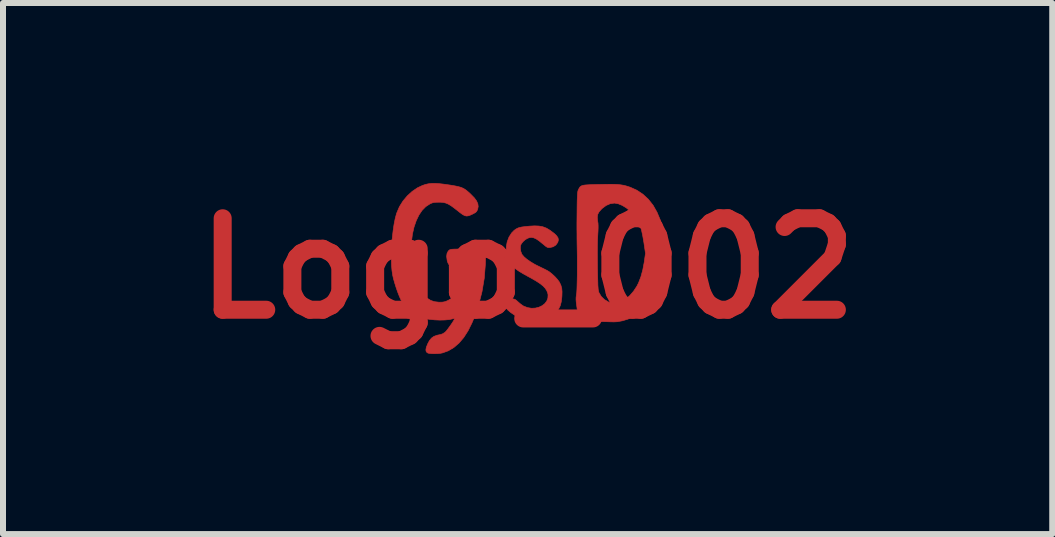
<source format=kicad_pcb>
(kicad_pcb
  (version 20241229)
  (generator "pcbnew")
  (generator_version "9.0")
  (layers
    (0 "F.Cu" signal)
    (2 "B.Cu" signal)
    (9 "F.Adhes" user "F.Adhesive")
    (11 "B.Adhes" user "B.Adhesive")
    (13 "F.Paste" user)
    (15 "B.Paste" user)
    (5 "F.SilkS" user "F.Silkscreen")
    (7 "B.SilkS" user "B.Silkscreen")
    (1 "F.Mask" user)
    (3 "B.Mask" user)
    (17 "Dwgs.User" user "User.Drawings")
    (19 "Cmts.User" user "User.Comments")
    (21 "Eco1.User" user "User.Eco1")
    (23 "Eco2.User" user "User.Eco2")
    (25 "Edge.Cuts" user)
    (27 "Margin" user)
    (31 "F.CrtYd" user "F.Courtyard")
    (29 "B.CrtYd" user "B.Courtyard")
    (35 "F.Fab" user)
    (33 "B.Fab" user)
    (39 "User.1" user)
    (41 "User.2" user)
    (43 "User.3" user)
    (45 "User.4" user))
  (footprint "Logo_002"
    (layer "F.Cu")
    (at 5.74 1.421)
    (property "Reference" "Logo_002" (at 0 0 0) (layer "F.Cu") (effects (font (size 1.524 1.524) (thickness 0.3))))
    (attr through_hole)
    (fp_poly (pts (xy 0.189 -0.705) (xy 0.254 -0.693) (xy 0.314 -0.67) (xy 0.374 -0.634) (xy 0.439 -0.585) (xy 0.44 -0.585) (xy 0.482 -0.545) (xy 0.507 -0.508) (xy 0.513 -0.472) (xy 0.503 -0.434) (xy 0.502 -0.432) (xy 0.471 -0.389) (xy 0.427 -0.36) (xy 0.377 -0.348) (xy 0.355 -0.346) (xy 0.337 -0.348) (xy 0.319 -0.356) (xy 0.296 -0.372) (xy 0.265 -0.399) (xy 0.25 -0.41) (xy 0.192 -0.458) (xy 0.144 -0.49) (xy 0.102 -0.509) (xy 0.065 -0.516) (xy 0.028 -0.511) (xy -0.002 -0.5) (xy -0.04 -0.477) (xy -0.076 -0.445) (xy -0.104 -0.41) (xy -0.118 -0.38) (xy -0.121 -0.335) (xy -0.114 -0.285) (xy -0.097 -0.239) (xy -0.09 -0.228) (xy -0.058 -0.191) (xy -0.01 -0.15) (xy 0.051 -0.108) (xy 0.121 -0.066) (xy 0.173 -0.04) (xy 0.22 -0.017) (xy 0.266 0.005) (xy 0.303 0.024) (xy 0.324 0.034) (xy 0.364 0.059) (xy 0.41 0.096) (xy 0.456 0.139) (xy 0.496 0.183) (xy 0.526 0.223) (xy 0.531 0.231) (xy 0.555 0.282) (xy 0.569 0.333) (xy 0.574 0.389) (xy 0.572 0.458) (xy 0.57 0.485) (xy 0.56 0.561) (xy 0.544 0.622) (xy 0.519 0.673) (xy 0.486 0.718) (xy 0.474 0.73) (xy 0.412 0.781) (xy 0.336 0.823) (xy 0.251 0.855) (xy 0.162 0.875) (xy 0.075 0.881) (xy 0.01 0.874) (xy -0.061 0.855) (xy -0.137 0.822) (xy -0.214 0.782) (xy -0.282 0.735) (xy -0.332 0.692) (xy -0.361 0.652) (xy -0.373 0.609) (xy -0.367 0.568) (xy -0.364 0.563) (xy -0.339 0.531) (xy -0.299 0.513) (xy -0.256 0.508) (xy -0.231 0.51) (xy -0.21 0.517) (xy -0.187 0.533) (xy -0.159 0.558) (xy -0.126 0.587) (xy -0.091 0.613) (xy -0.066 0.629) (xy -0.001 0.654) (xy 0.065 0.665) (xy 0.129 0.662) (xy 0.189 0.647) (xy 0.242 0.622) (xy 0.286 0.588) (xy 0.319 0.545) (xy 0.338 0.496) (xy 0.341 0.441) (xy 0.335 0.411) (xy 0.319 0.371) (xy 0.294 0.332) (xy 0.258 0.294) (xy 0.208 0.254) (xy 0.144 0.212) (xy 0.063 0.165) (xy 0.02 0.142) (xy -0.07 0.092) (xy -0.143 0.048) (xy -0.202 0.007) (xy -0.247 -0.033) (xy -0.282 -0.074) (xy -0.309 -0.117) (xy -0.329 -0.164) (xy -0.335 -0.181) (xy -0.354 -0.269) (xy -0.355 -0.357) (xy -0.34 -0.442) (xy -0.31 -0.521) (xy -0.266 -0.59) (xy -0.225 -0.632) (xy -0.198 -0.652) (xy -0.17 -0.668) (xy -0.138 -0.68) (xy -0.097 -0.689) (xy -0.043 -0.696) (xy 0.027 -0.703) (xy 0.115 -0.708) (xy 0.189 -0.705)) (stroke (width 0.01) (type solid)) (fill yes) (layer "F.Cu"))
    (fp_poly (pts (xy 1.449 -1.4) (xy 1.507 -1.397) (xy 1.556 -1.391) (xy 1.6 -1.384) (xy 1.643 -1.373) (xy 1.687 -1.359) (xy 1.709 -1.352) (xy 1.82 -1.302) (xy 1.921 -1.235) (xy 2.011 -1.152) (xy 2.09 -1.052) (xy 2.156 -0.936) (xy 2.211 -0.805) (xy 2.254 -0.659) (xy 2.27 -0.581) (xy 2.275 -0.547) (xy 2.279 -0.508) (xy 2.282 -0.459) (xy 2.284 -0.398) (xy 2.285 -0.323) (xy 2.286 -0.231) (xy 2.286 -0.198) (xy 2.286 0.1) (xy 2.254 0.19) (xy 2.198 0.328) (xy 2.131 0.454) (xy 2.055 0.564) (xy 1.972 0.659) (xy 1.881 0.736) (xy 1.852 0.756) (xy 1.765 0.805) (xy 1.674 0.845) (xy 1.582 0.873) (xy 1.495 0.889) (xy 1.433 0.892) (xy 1.404 0.891) (xy 1.358 0.89) (xy 1.299 0.888) (xy 1.232 0.887) (xy 1.16 0.885) (xy 1.123 0.884) (xy 1.055 0.882) (xy 0.994 0.88) (xy 0.942 0.879) (xy 0.904 0.877) (xy 0.881 0.876) (xy 0.876 0.876) (xy 0.862 0.857) (xy 0.848 0.827) (xy 0.837 0.794) (xy 0.833 0.766) (xy 0.832 0.739) (xy 0.828 0.698) (xy 0.822 0.649) (xy 0.817 0.614) (xy 0.81 0.56) (xy 0.807 0.518) (xy 0.808 0.484) (xy 0.812 0.449) (xy 0.815 0.432) (xy 0.819 0.4) (xy 0.822 0.351) (xy 0.824 0.285) (xy 0.826 0.206) (xy 0.828 0.115) (xy 0.828 0.015) (xy 0.828 -0.092) (xy 0.828 -0.205) (xy 0.826 -0.32) (xy 0.824 -0.436) (xy 0.824 -0.442) (xy 0.823 -0.5) (xy 0.823 -0.575) (xy 0.822 -0.66) (xy 0.822 -0.752) (xy 0.823 -0.846) (xy 0.823 -0.851) (xy 1.161 -0.851) (xy 1.166 -0.792) (xy 1.168 -0.785) (xy 1.173 -0.752) (xy 1.175 -0.715) (xy 1.175 -0.671) (xy 1.173 -0.615) (xy 1.169 -0.55) (xy 1.165 -0.474) (xy 1.163 -0.379) (xy 1.162 -0.266) (xy 1.163 -0.137) (xy 1.164 -0.012) (xy 1.166 0.087) (xy 1.168 0.167) (xy 1.17 0.231) (xy 1.171 0.281) (xy 1.174 0.319) (xy 1.176 0.349) (xy 1.18 0.371) (xy 1.184 0.388) (xy 1.188 0.402) (xy 1.19 0.406) (xy 1.227 0.468) (xy 1.28 0.52) (xy 1.345 0.559) (xy 1.391 0.576) (xy 1.453 0.584) (xy 1.516 0.575) (xy 1.57 0.554) (xy 1.638 0.511) (xy 1.704 0.452) (xy 1.766 0.38) (xy 1.82 0.298) (xy 1.848 0.243) (xy 1.887 0.142) (xy 1.919 0.025) (xy 1.944 -0.107) (xy 1.946 -0.123) (xy 1.964 -0.251) (xy 1.937 -0.433) (xy 1.918 -0.543) (xy 1.898 -0.636) (xy 1.874 -0.714) (xy 1.845 -0.782) (xy 1.811 -0.841) (xy 1.77 -0.894) (xy 1.72 -0.946) (xy 1.711 -0.953) (xy 1.644 -1.008) (xy 1.576 -1.049) (xy 1.511 -1.076) (xy 1.451 -1.087) (xy 1.444 -1.087) (xy 1.375 -1.077) (xy 1.307 -1.047) (xy 1.241 -0.997) (xy 1.23 -0.986) (xy 1.191 -0.942) (xy 1.168 -0.899) (xy 1.161 -0.851) (xy 0.823 -0.851) (xy 0.824 -0.937) (xy 0.824 -0.95) (xy 0.825 -1.041) (xy 0.826 -1.113) (xy 0.828 -1.17) (xy 0.83 -1.214) (xy 0.832 -1.247) (xy 0.835 -1.271) (xy 0.838 -1.289) (xy 0.843 -1.303) (xy 0.848 -1.315) (xy 0.86 -1.336) (xy 0.87 -1.353) (xy 0.884 -1.366) (xy 0.901 -1.376) (xy 0.926 -1.384) (xy 0.96 -1.389) (xy 1.006 -1.392) (xy 1.065 -1.395) (xy 1.142 -1.397) (xy 1.199 -1.398) (xy 1.298 -1.4) (xy 1.381 -1.401) (xy 1.449 -1.4)) (stroke (width 0.01) (type solid)) (fill yes) (layer "F.Cu"))
    (fp_poly (pts (xy -1.479 -1.412) (xy -1.398 -1.403) (xy -1.357 -1.397) (xy -1.273 -1.385) (xy -1.205 -1.373) (xy -1.15 -1.361) (xy -1.105 -1.348) (xy -1.067 -1.331) (xy -1.032 -1.309) (xy -0.997 -1.281) (xy -0.958 -1.246) (xy -0.943 -1.231) (xy -0.887 -1.174) (xy -0.85 -1.123) (xy -0.829 -1.076) (xy -0.823 -1.031) (xy -0.832 -0.984) (xy -0.838 -0.97) (xy -0.85 -0.948) (xy -0.869 -0.93) (xy -0.901 -0.912) (xy -0.919 -0.903) (xy -0.961 -0.884) (xy -0.994 -0.874) (xy -1.022 -0.872) (xy -1.051 -0.88) (xy -1.084 -0.898) (xy -1.125 -0.928) (xy -1.164 -0.959) (xy -1.227 -1.008) (xy -1.278 -1.045) (xy -1.322 -1.071) (xy -1.363 -1.088) (xy -1.404 -1.098) (xy -1.449 -1.102) (xy -1.478 -1.102) (xy -1.526 -1.101) (xy -1.561 -1.098) (xy -1.59 -1.09) (xy -1.62 -1.078) (xy -1.627 -1.074) (xy -1.695 -1.03) (xy -1.757 -0.967) (xy -1.81 -0.889) (xy -1.855 -0.795) (xy -1.892 -0.688) (xy -1.919 -0.569) (xy -1.935 -0.44) (xy -1.941 -0.302) (xy -1.941 -0.298) (xy -1.936 -0.136) (xy -1.919 0.01) (xy -1.892 0.14) (xy -1.854 0.253) (xy -1.805 0.35) (xy -1.746 0.429) (xy -1.731 0.445) (xy -1.672 0.498) (xy -1.614 0.534) (xy -1.553 0.555) (xy -1.485 0.563) (xy -1.468 0.564) (xy -1.423 0.563) (xy -1.389 0.558) (xy -1.357 0.548) (xy -1.319 0.531) (xy -1.319 0.531) (xy -1.253 0.491) (xy -1.2 0.44) (xy -1.157 0.376) (xy -1.125 0.307) (xy -1.096 0.227) (xy -1.078 0.161) (xy -1.072 0.107) (xy -1.077 0.066) (xy -1.091 0.028) (xy -1.114 0.002) (xy -1.15 -0.015) (xy -1.203 -0.024) (xy -1.209 -0.025) (xy -1.261 -0.033) (xy -1.296 -0.048) (xy -1.319 -0.073) (xy -1.335 -0.111) (xy -1.341 -0.137) (xy -1.349 -0.2) (xy -1.342 -0.25) (xy -1.322 -0.288) (xy -1.316 -0.294) (xy -1.306 -0.303) (xy -1.297 -0.31) (xy -1.283 -0.314) (xy -1.264 -0.318) (xy -1.235 -0.32) (xy -1.193 -0.321) (xy -1.136 -0.323) (xy -1.089 -0.323) (xy -0.991 -0.324) (xy -0.911 -0.322) (xy -0.847 -0.318) (xy -0.797 -0.31) (xy -0.76 -0.3) (xy -0.733 -0.286) (xy -0.723 -0.277) (xy -0.698 -0.252) (xy -0.704 -0.062) (xy -0.722 0.164) (xy -0.76 0.39) (xy -0.817 0.612) (xy -0.893 0.828) (xy -0.927 0.909) (xy -0.992 1.04) (xy -1.064 1.152) (xy -1.143 1.245) (xy -1.229 1.319) (xy -1.322 1.374) (xy -1.416 1.408) (xy -1.456 1.416) (xy -1.504 1.42) (xy -1.555 1.422) (xy -1.604 1.42) (xy -1.643 1.416) (xy -1.666 1.409) (xy -1.688 1.39) (xy -1.695 1.36) (xy -1.688 1.317) (xy -1.666 1.262) (xy -1.665 1.259) (xy -1.635 1.203) (xy -1.601 1.162) (xy -1.56 1.133) (xy -1.507 1.114) (xy -1.45 1.102) (xy -1.415 1.09) (xy -1.38 1.068) (xy -1.375 1.064) (xy -1.356 1.045) (xy -1.332 1.015) (xy -1.305 0.978) (xy -1.277 0.939) (xy -1.252 0.902) (xy -1.232 0.87) (xy -1.221 0.848) (xy -1.219 0.841) (xy -1.227 0.837) (xy -1.242 0.839) (xy -1.303 0.853) (xy -1.378 0.86) (xy -1.462 0.862) (xy -1.55 0.858) (xy -1.637 0.849) (xy -1.718 0.835) (xy -1.784 0.817) (xy -1.877 0.776) (xy -1.96 0.717) (xy -2.034 0.641) (xy -2.096 0.55) (xy -2.114 0.517) (xy -2.137 0.465) (xy -2.163 0.399) (xy -2.189 0.325) (xy -2.213 0.248) (xy -2.234 0.175) (xy -2.247 0.118) (xy -2.259 0.04) (xy -2.267 -0.053) (xy -2.27 -0.159) (xy -2.268 -0.273) (xy -2.263 -0.391) (xy -2.254 -0.509) (xy -2.241 -0.625) (xy -2.225 -0.733) (xy -2.206 -0.83) (xy -2.184 -0.912) (xy -2.179 -0.925) (xy -2.136 -1.026) (xy -2.077 -1.121) (xy -2.005 -1.207) (xy -1.923 -1.282) (xy -1.835 -1.342) (xy -1.752 -1.381) (xy -1.702 -1.398) (xy -1.653 -1.409) (xy -1.603 -1.415) (xy -1.546 -1.416) (xy -1.479 -1.412)) (stroke (width 0.01) (type solid)) (fill yes) (layer "F.Cu")))
  (gr_rect
    (start -3 -3)
    (end 14.481 5.848)
    (stroke (width 0.1) (type default))
    (fill no)
    (layer "Edge.Cuts")))
</source>
